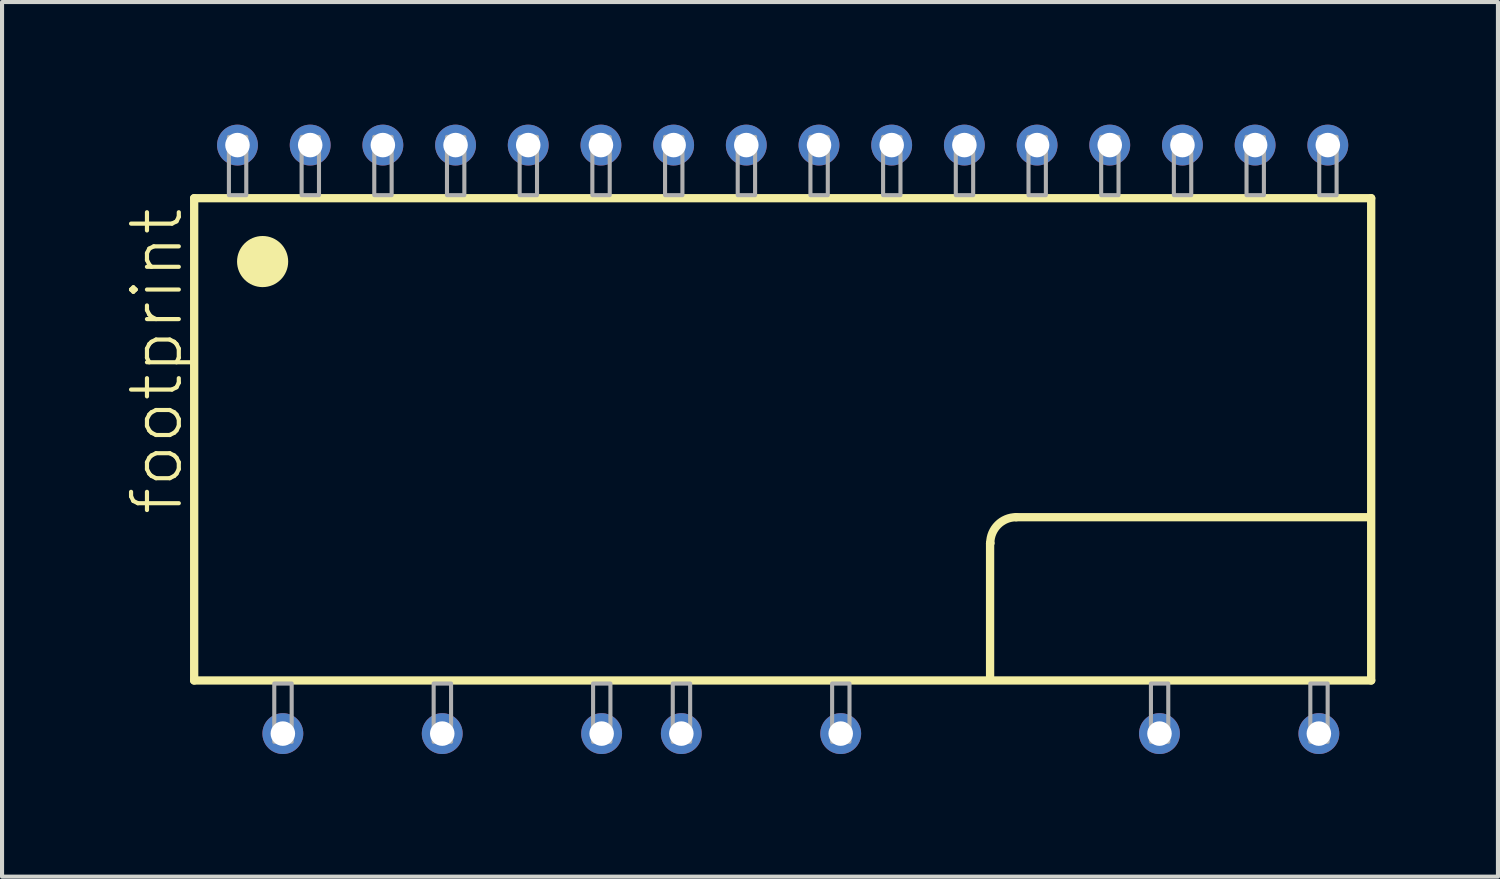
<source format=kicad_pcb>
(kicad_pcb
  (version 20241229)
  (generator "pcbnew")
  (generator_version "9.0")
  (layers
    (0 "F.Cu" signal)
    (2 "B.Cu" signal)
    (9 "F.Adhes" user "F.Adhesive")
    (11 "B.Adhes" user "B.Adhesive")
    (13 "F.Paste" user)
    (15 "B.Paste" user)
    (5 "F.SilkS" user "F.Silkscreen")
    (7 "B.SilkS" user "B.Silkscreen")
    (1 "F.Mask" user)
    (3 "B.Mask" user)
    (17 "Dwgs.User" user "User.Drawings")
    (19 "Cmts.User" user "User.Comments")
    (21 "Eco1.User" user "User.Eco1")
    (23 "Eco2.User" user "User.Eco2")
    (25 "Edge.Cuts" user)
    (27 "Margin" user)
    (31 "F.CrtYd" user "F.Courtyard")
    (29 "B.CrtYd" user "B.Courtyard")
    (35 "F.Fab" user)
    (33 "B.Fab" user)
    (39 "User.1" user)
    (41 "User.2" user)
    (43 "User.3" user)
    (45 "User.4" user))
  (footprint "footprint"
    (layer "F.Cu")
    (at 16.101 7.7)
    (property "Reference" "footprint" (at -14.628 1.908 90) (layer "F.SilkS") (effects (font (size 1.168 1.168) (thickness 0.102)) (justify left bottom)))
    (fp_line (start -14.4 -5.9) (end 14.4 -5.9) (stroke (width 0.203) (type solid)) (layer "F.SilkS"))
    (fp_line (start -14.4 5.9) (end -14.4 -5.9) (stroke (width 0.203) (type solid)) (layer "F.SilkS"))
    (fp_line (start 5.075 2.545) (end 5.08 2.54) (stroke (width 0.203) (type solid)) (layer "F.SilkS"))
    (fp_line (start 5.075 5.8) (end 5.075 2.545) (stroke (width 0.203) (type solid)) (layer "F.SilkS"))
    (fp_line (start 5.715 1.905) (end 14.325 1.905) (stroke (width 0.203) (type solid)) (layer "F.SilkS"))
    (fp_line (start 14.4 -5.9) (end 14.4 5.9) (stroke (width 0.203) (type solid)) (layer "F.SilkS"))
    (fp_line (start 14.4 5.9) (end -14.4 5.9) (stroke (width 0.203) (type solid)) (layer "F.SilkS"))
    (fp_arc (start 5.08 2.54) (mid 5.265987 2.090987) (end 5.715 1.905) (stroke (width 0.2032) (type solid)) (layer "F.SilkS"))
    (fp_circle (center -12.725 -4.35) (end -12.412 -4.35) (stroke (width 0.625) (type solid)) (fill yes) (layer "F.SilkS"))
    (fp_poly (pts (xy -13.55 -5.975) (xy -13.125 -5.975) (xy -13.125 -7.4) (xy -13.55 -7.4)) (stroke (width 0.1) (type solid)) (fill no) (layer "F.Fab"))
    (fp_poly (pts (xy -12.014 5.975) (xy -12.44 5.975) (xy -12.44 7.4) (xy -12.014 7.4)) (stroke (width 0.1) (type solid)) (fill no) (layer "F.Fab"))
    (fp_poly (pts (xy -11.771 -5.975) (xy -11.346 -5.975) (xy -11.346 -7.4) (xy -11.771 -7.4)) (stroke (width 0.1) (type solid)) (fill no) (layer "F.Fab"))
    (fp_poly (pts (xy -9.993 -5.975) (xy -9.568 -5.975) (xy -9.568 -7.4) (xy -9.993 -7.4)) (stroke (width 0.1) (type solid)) (fill no) (layer "F.Fab"))
    (fp_poly (pts (xy -8.214 -5.975) (xy -7.789 -5.975) (xy -7.789 -7.4) (xy -8.214 -7.4)) (stroke (width 0.1) (type solid)) (fill no) (layer "F.Fab"))
    (fp_poly (pts (xy -8.114 5.975) (xy -8.54 5.975) (xy -8.54 7.4) (xy -8.114 7.4)) (stroke (width 0.1) (type solid)) (fill no) (layer "F.Fab"))
    (fp_poly (pts (xy -6.436 -5.975) (xy -6.011 -5.975) (xy -6.011 -7.4) (xy -6.436 -7.4)) (stroke (width 0.1) (type solid)) (fill no) (layer "F.Fab"))
    (fp_poly (pts (xy -4.657 -5.975) (xy -4.232 -5.975) (xy -4.232 -7.4) (xy -4.657 -7.4)) (stroke (width 0.1) (type solid)) (fill no) (layer "F.Fab"))
    (fp_poly (pts (xy -4.215 5.975) (xy -4.639 5.975) (xy -4.639 7.4) (xy -4.215 7.4)) (stroke (width 0.1) (type solid)) (fill no) (layer "F.Fab"))
    (fp_poly (pts (xy -2.878 -5.975) (xy -2.453 -5.975) (xy -2.453 -7.4) (xy -2.878 -7.4)) (stroke (width 0.1) (type solid)) (fill no) (layer "F.Fab"))
    (fp_poly (pts (xy -2.264 5.975) (xy -2.689 5.975) (xy -2.689 7.4) (xy -2.264 7.4)) (stroke (width 0.1) (type solid)) (fill no) (layer "F.Fab"))
    (fp_poly (pts (xy -1.1 -5.975) (xy -0.675 -5.975) (xy -0.675 -7.4) (xy -1.1 -7.4)) (stroke (width 0.1) (type solid)) (fill no) (layer "F.Fab"))
    (fp_poly (pts (xy 0.679 -5.975) (xy 1.104 -5.975) (xy 1.104 -7.4) (xy 0.679 -7.4)) (stroke (width 0.1) (type solid)) (fill no) (layer "F.Fab"))
    (fp_poly (pts (xy 1.635 5.975) (xy 1.21 5.975) (xy 1.21 7.4) (xy 1.635 7.4)) (stroke (width 0.1) (type solid)) (fill no) (layer "F.Fab"))
    (fp_poly (pts (xy 2.457 -5.975) (xy 2.882 -5.975) (xy 2.882 -7.4) (xy 2.457 -7.4)) (stroke (width 0.1) (type solid)) (fill no) (layer "F.Fab"))
    (fp_poly (pts (xy 4.236 -5.975) (xy 4.661 -5.975) (xy 4.661 -7.4) (xy 4.236 -7.4)) (stroke (width 0.1) (type solid)) (fill no) (layer "F.Fab"))
    (fp_poly (pts (xy 6.015 -5.975) (xy 6.44 -5.975) (xy 6.44 -7.4) (xy 6.015 -7.4)) (stroke (width 0.1) (type solid)) (fill no) (layer "F.Fab"))
    (fp_poly (pts (xy 7.793 -5.975) (xy 8.218 -5.975) (xy 8.218 -7.4) (xy 7.793 -7.4)) (stroke (width 0.1) (type solid)) (fill no) (layer "F.Fab"))
    (fp_poly (pts (xy 9.435 5.975) (xy 9.011 5.975) (xy 9.011 7.4) (xy 9.435 7.4)) (stroke (width 0.1) (type solid)) (fill no) (layer "F.Fab"))
    (fp_poly (pts (xy 9.572 -5.975) (xy 9.997 -5.975) (xy 9.997 -7.4) (xy 9.572 -7.4)) (stroke (width 0.1) (type solid)) (fill no) (layer "F.Fab"))
    (fp_poly (pts (xy 11.35 -5.975) (xy 11.775 -5.975) (xy 11.775 -7.4) (xy 11.35 -7.4)) (stroke (width 0.1) (type solid)) (fill no) (layer "F.Fab"))
    (fp_poly (pts (xy 13.129 -5.975) (xy 13.554 -5.975) (xy 13.554 -7.4) (xy 13.129 -7.4)) (stroke (width 0.1) (type solid)) (fill no) (layer "F.Fab"))
    (fp_poly (pts (xy 13.335 5.975) (xy 12.911 5.975) (xy 12.911 7.4) (xy 13.335 7.4)) (stroke (width 0.1) (type solid)) (fill no) (layer "F.Fab"))
    (pad "1" thru_hole circle (at -13.34 -7.2) (size 1 1) (drill 0.6) (layers "*.Cu" "*.Mask"))
    (pad "2" thru_hole circle (at -11.561 -7.2) (size 1 1) (drill 0.6) (layers "*.Cu" "*.Mask"))
    (pad "3" thru_hole circle (at -9.783 -7.2) (size 1 1) (drill 0.6) (layers "*.Cu" "*.Mask"))
    (pad "4" thru_hole circle (at -8.004 -7.2) (size 1 1) (drill 0.6) (layers "*.Cu" "*.Mask"))
    (pad "5" thru_hole circle (at -6.226 -7.2) (size 1 1) (drill 0.6) (layers "*.Cu" "*.Mask"))
    (pad "6" thru_hole circle (at -4.447 -7.2) (size 1 1) (drill 0.6) (layers "*.Cu" "*.Mask"))
    (pad "7" thru_hole circle (at -2.668 -7.2) (size 1 1) (drill 0.6) (layers "*.Cu" "*.Mask"))
    (pad "8" thru_hole circle (at -0.89 -7.2) (size 1 1) (drill 0.6) (layers "*.Cu" "*.Mask"))
    (pad "9" thru_hole circle (at 0.889 -7.2) (size 1 1) (drill 0.6) (layers "*.Cu" "*.Mask"))
    (pad "10" thru_hole circle (at 2.667 -7.2) (size 1 1) (drill 0.6) (layers "*.Cu" "*.Mask"))
    (pad "11" thru_hole circle (at 4.446 -7.2) (size 1 1) (drill 0.6) (layers "*.Cu" "*.Mask"))
    (pad "12" thru_hole circle (at 6.225 -7.2) (size 1 1) (drill 0.6) (layers "*.Cu" "*.Mask"))
    (pad "13" thru_hole circle (at 8.003 -7.2) (size 1 1) (drill 0.6) (layers "*.Cu" "*.Mask"))
    (pad "14" thru_hole circle (at 9.782 -7.2) (size 1 1) (drill 0.6) (layers "*.Cu" "*.Mask"))
    (pad "15" thru_hole circle (at 11.56 -7.2) (size 1 1) (drill 0.6) (layers "*.Cu" "*.Mask"))
    (pad "16" thru_hole circle (at 13.339 -7.2) (size 1 1) (drill 0.6) (layers "*.Cu" "*.Mask"))
    (pad "17" thru_hole circle (at -12.23 7.2) (size 1 1) (drill 0.6) (layers "*.Cu" "*.Mask"))
    (pad "18" thru_hole circle (at -8.33 7.2) (size 1 1) (drill 0.6) (layers "*.Cu" "*.Mask"))
    (pad "19" thru_hole circle (at -4.43 7.2) (size 1 1) (drill 0.6) (layers "*.Cu" "*.Mask"))
    (pad "20" thru_hole circle (at -2.48 7.2) (size 1 1) (drill 0.6) (layers "*.Cu" "*.Mask"))
    (pad "21" thru_hole circle (at 1.42 7.2) (size 1 1) (drill 0.6) (layers "*.Cu" "*.Mask"))
    (pad "22" thru_hole circle (at 9.22 7.2) (size 1 1) (drill 0.6) (layers "*.Cu" "*.Mask"))
    (pad "23" thru_hole circle (at 13.12 7.2) (size 1 1) (drill 0.6) (layers "*.Cu" "*.Mask")))
  (gr_rect
    (start -3 -3)
    (end 33.603 18.4)
    (stroke (width 0.1) (type default))
    (fill no)
    (layer "Edge.Cuts")))
</source>
